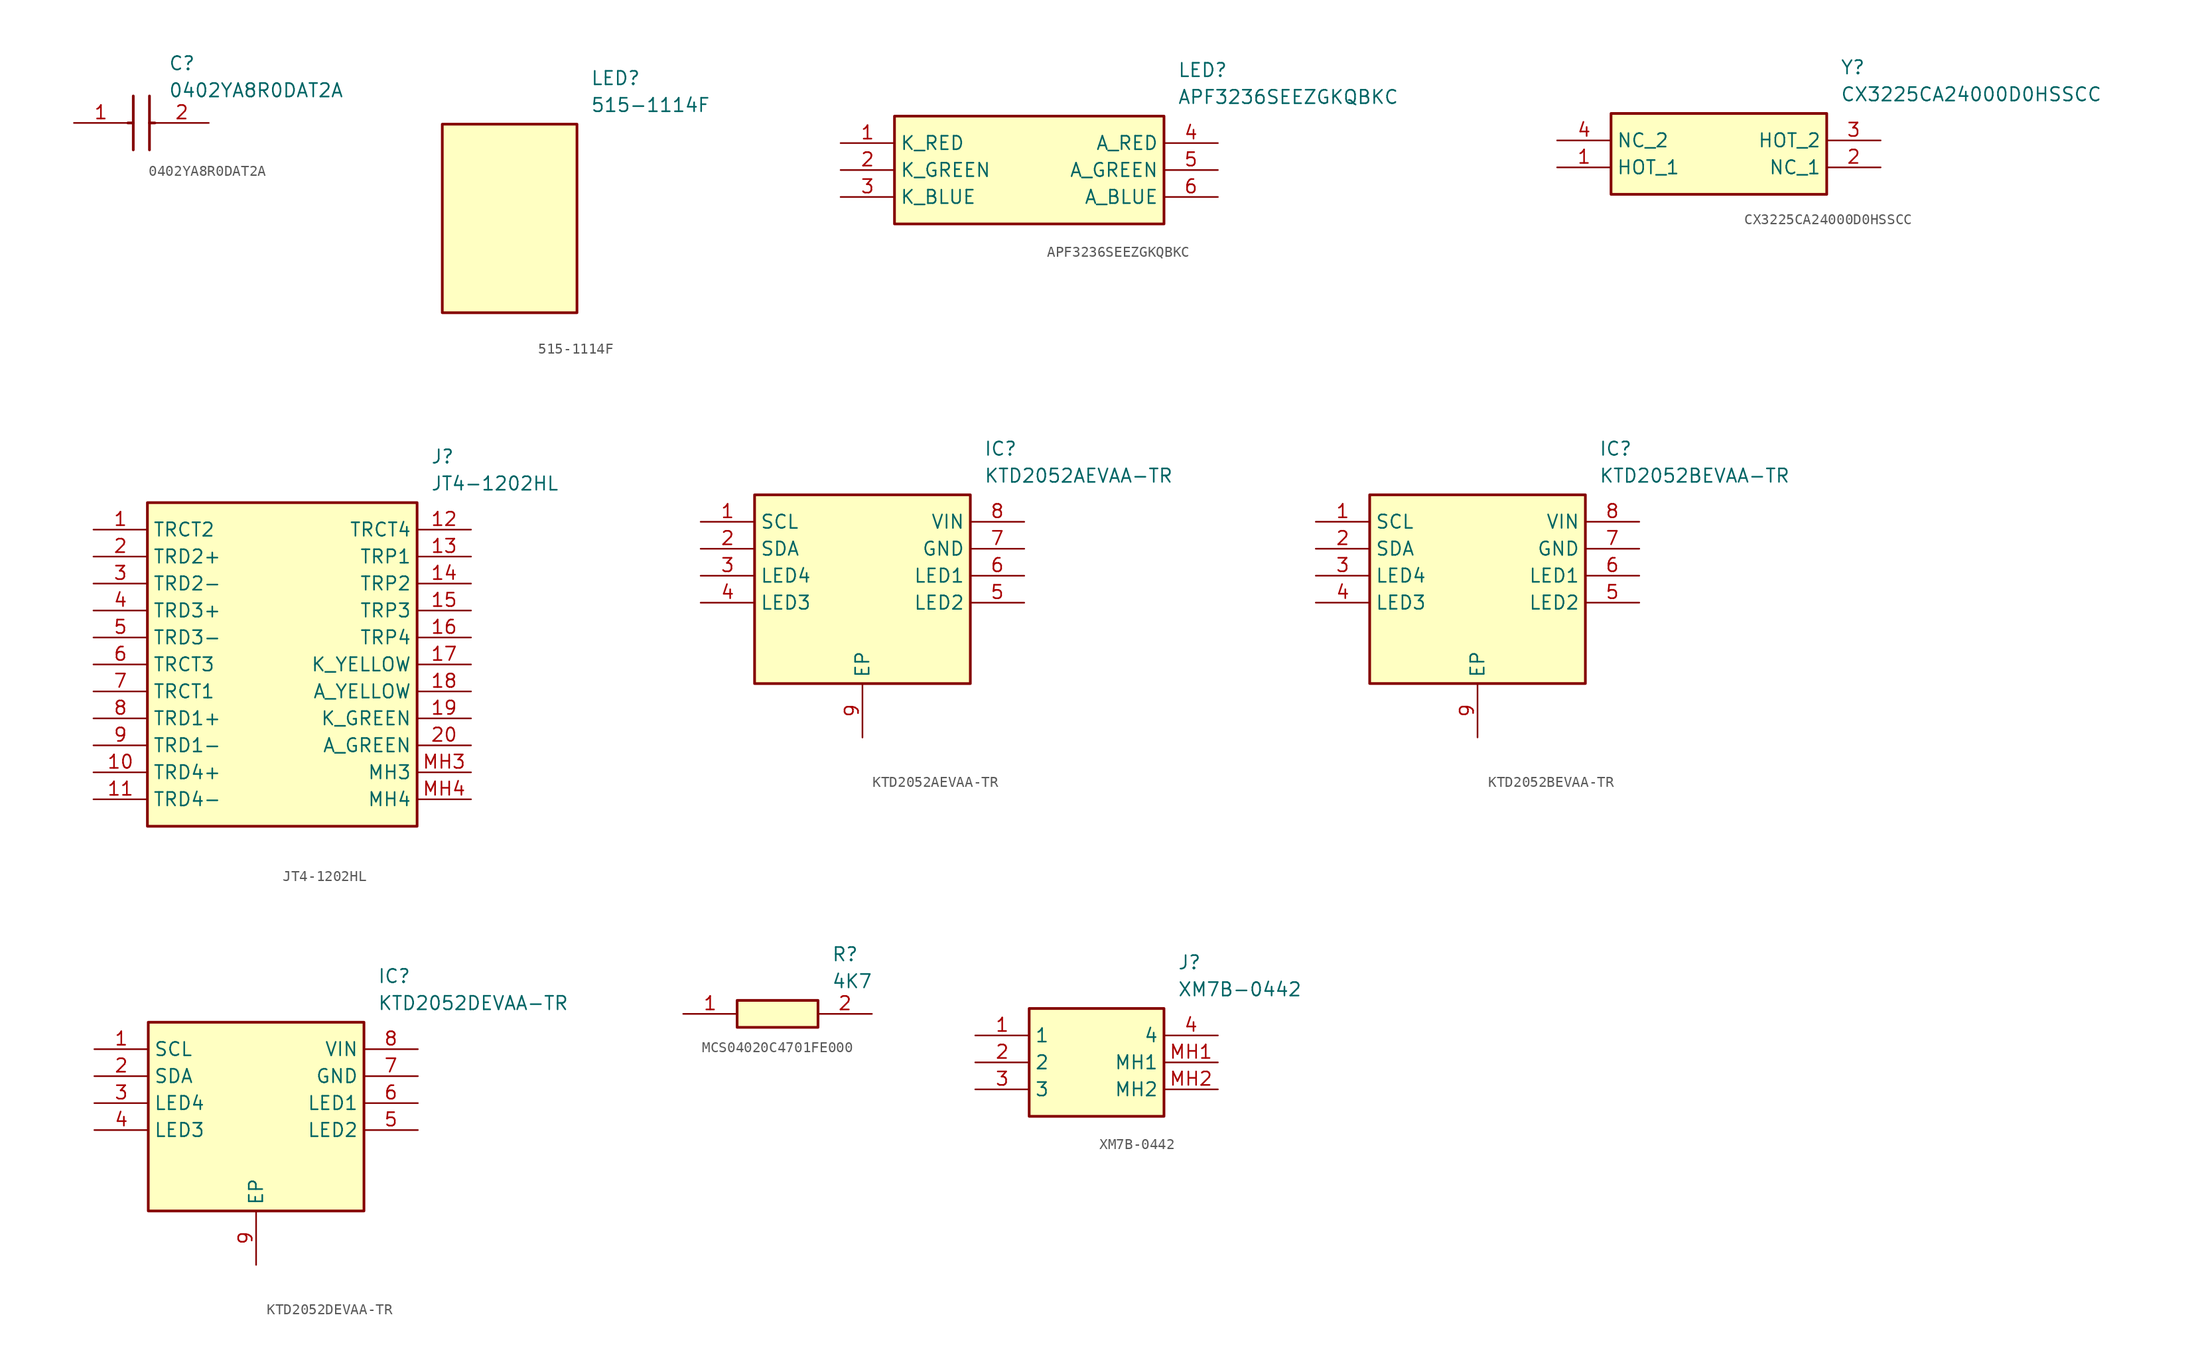
<source format=kicad_sym>
(kicad_symbol_lib
  (version 20220914)
  (generator kicad_symbol_editor)
  (symbol "0402YA8R0DAT2A"
    (pin_names hide)
    (property "Reference" "C"
      (at 8.89 6.35 0)
      (effects (font (size 1.27 1.27)) (justify left top)))
    (property "Value" "0402YA8R0DAT2A"
      (at 8.89 3.81 0)
      (effects (font (size 1.27 1.27)) (justify left top)))
    (symbol "0402YA8R0DAT2A_1_1"
      (polyline (pts (xy 5.08 0) (xy 5.588 0)) (stroke (width 0.254) (type default)) (fill (type none)))
      (polyline (pts (xy 5.588 2.54) (xy 5.588 -2.54)) (stroke (width 0.254) (type default)) (fill (type none)))
      (polyline (pts (xy 7.112 0) (xy 7.62 0)) (stroke (width 0.254) (type default)) (fill (type none)))
      (polyline (pts (xy 7.112 2.54) (xy 7.112 -2.54)) (stroke (width 0.254) (type default)) (fill (type none)))
      (pin passive line (at 0 0 0) (length 5.08) (name "1" (effects (font (size 1.27 1.27)))) (number "1" (effects (font (size 1.27 1.27)))))
      (pin passive line (at 12.7 0 180) (length 5.08) (name "2" (effects (font (size 1.27 1.27)))) (number "2" (effects (font (size 1.27 1.27)))))))
  (symbol "515-1114F"
    (property "Reference" "LED"
      (at 19.05 7.62 0)
      (effects (font (size 1.27 1.27)) (justify left top)))
    (property "Value" "515-1114F"
      (at 19.05 5.08 0)
      (effects (font (size 1.27 1.27)) (justify left top)))
    (symbol "515-1114F_1_1"
      (rectangle (start 5.08 2.54) (end 17.78 -15.24) (stroke (width 0.254) (type default)) (fill (type background)))))
  (symbol "APF3236SEEZGKQBKC"
    (property "Reference" "LED"
      (at 31.75 7.62 0)
      (effects (font (size 1.27 1.27)) (justify left top)))
    (property "Value" "APF3236SEEZGKQBKC"
      (at 31.75 5.08 0)
      (effects (font (size 1.27 1.27)) (justify left top)))
    (symbol "APF3236SEEZGKQBKC_1_1"
      (rectangle (start 5.08 2.54) (end 30.48 -7.62) (stroke (width 0.254) (type default)) (fill (type background)))
      (pin passive line (at 0 0 0) (length 5.08) (name "K_RED" (effects (font (size 1.27 1.27)))) (number "1" (effects (font (size 1.27 1.27)))))
      (pin passive line (at 0 -2.54 0) (length 5.08) (name "K_GREEN" (effects (font (size 1.27 1.27)))) (number "2" (effects (font (size 1.27 1.27)))))
      (pin passive line (at 0 -5.08 0) (length 5.08) (name "K_BLUE" (effects (font (size 1.27 1.27)))) (number "3" (effects (font (size 1.27 1.27)))))
      (pin passive line (at 35.56 0 180) (length 5.08) (name "A_RED" (effects (font (size 1.27 1.27)))) (number "4" (effects (font (size 1.27 1.27)))))
      (pin passive line (at 35.56 -2.54 180) (length 5.08) (name "A_GREEN" (effects (font (size 1.27 1.27)))) (number "5" (effects (font (size 1.27 1.27)))))
      (pin passive line (at 35.56 -5.08 180) (length 5.08) (name "A_BLUE" (effects (font (size 1.27 1.27)))) (number "6" (effects (font (size 1.27 1.27)))))))
  (symbol "CX3225CA24000D0HSSCC"
    (property "Reference" "Y"
      (at 26.67 7.62 0)
      (effects (font (size 1.27 1.27)) (justify left top)))
    (property "Value" "CX3225CA24000D0HSSCC"
      (at 26.67 5.08 0)
      (effects (font (size 1.27 1.27)) (justify left top)))
    (symbol "CX3225CA24000D0HSSCC_1_1"
      (rectangle (start 5.08 2.54) (end 25.4 -5.08) (stroke (width 0.254) (type default)) (fill (type background)))
      (pin passive line (at 0 -2.54 0) (length 5.08) (name "HOT_1" (effects (font (size 1.27 1.27)))) (number "1" (effects (font (size 1.27 1.27)))))
      (pin passive line (at 30.48 -2.54 180) (length 5.08) (name "NC_1" (effects (font (size 1.27 1.27)))) (number "2" (effects (font (size 1.27 1.27)))))
      (pin passive line (at 30.48 0 180) (length 5.08) (name "HOT_2" (effects (font (size 1.27 1.27)))) (number "3" (effects (font (size 1.27 1.27)))))
      (pin passive line (at 0 0 0) (length 5.08) (name "NC_2" (effects (font (size 1.27 1.27)))) (number "4" (effects (font (size 1.27 1.27)))))))
  (symbol "JT4-1202HL"
    (property "Reference" "J"
      (at 31.75 7.62 0)
      (effects (font (size 1.27 1.27)) (justify left top)))
    (property "Value" "JT4-1202HL"
      (at 31.75 5.08 0)
      (effects (font (size 1.27 1.27)) (justify left top)))
    (rectangle
      (start 5.08 2.54)
      (end 30.48 -27.94)
      (stroke (width 0.254) (type default))
      (fill (type background)))
    (pin passive line
      (at 0 0 0)
      (length 5.08)
      (name "TRCT2" (effects (font (size 1.27 1.27))))
      (number "1" (effects (font (size 1.27 1.27)))))
    (pin passive line
      (at 0 -2.54 0)
      (length 5.08)
      (name "TRD2+" (effects (font (size 1.27 1.27))))
      (number "2" (effects (font (size 1.27 1.27)))))
    (pin passive line
      (at 0 -5.08 0)
      (length 5.08)
      (name "TRD2-" (effects (font (size 1.27 1.27))))
      (number "3" (effects (font (size 1.27 1.27)))))
    (pin passive line
      (at 0 -7.62 0)
      (length 5.08)
      (name "TRD3+" (effects (font (size 1.27 1.27))))
      (number "4" (effects (font (size 1.27 1.27)))))
    (pin passive line
      (at 0 -10.16 0)
      (length 5.08)
      (name "TRD3-" (effects (font (size 1.27 1.27))))
      (number "5" (effects (font (size 1.27 1.27)))))
    (pin passive line
      (at 0 -12.7 0)
      (length 5.08)
      (name "TRCT3" (effects (font (size 1.27 1.27))))
      (number "6" (effects (font (size 1.27 1.27)))))
    (pin passive line
      (at 0 -15.24 0)
      (length 5.08)
      (name "TRCT1" (effects (font (size 1.27 1.27))))
      (number "7" (effects (font (size 1.27 1.27)))))
    (pin passive line
      (at 0 -17.78 0)
      (length 5.08)
      (name "TRD1+" (effects (font (size 1.27 1.27))))
      (number "8" (effects (font (size 1.27 1.27)))))
    (pin passive line
      (at 0 -20.32 0)
      (length 5.08)
      (name "TRD1-" (effects (font (size 1.27 1.27))))
      (number "9" (effects (font (size 1.27 1.27)))))
    (pin passive line
      (at 0 -22.86 0)
      (length 5.08)
      (name "TRD4+" (effects (font (size 1.27 1.27))))
      (number "10" (effects (font (size 1.27 1.27)))))
    (pin passive line
      (at 0 -25.4 0)
      (length 5.08)
      (name "TRD4-" (effects (font (size 1.27 1.27))))
      (number "11" (effects (font (size 1.27 1.27)))))
    (pin passive line
      (at 35.56 0 180)
      (length 5.08)
      (name "TRCT4" (effects (font (size 1.27 1.27))))
      (number "12" (effects (font (size 1.27 1.27)))))
    (pin passive line
      (at 35.56 -2.54 180)
      (length 5.08)
      (name "TRP1" (effects (font (size 1.27 1.27))))
      (number "13" (effects (font (size 1.27 1.27)))))
    (pin passive line
      (at 35.56 -5.08 180)
      (length 5.08)
      (name "TRP2" (effects (font (size 1.27 1.27))))
      (number "14" (effects (font (size 1.27 1.27)))))
    (pin passive line
      (at 35.56 -7.62 180)
      (length 5.08)
      (name "TRP3" (effects (font (size 1.27 1.27))))
      (number "15" (effects (font (size 1.27 1.27)))))
    (pin passive line
      (at 35.56 -10.16 180)
      (length 5.08)
      (name "TRP4" (effects (font (size 1.27 1.27))))
      (number "16" (effects (font (size 1.27 1.27)))))
    (pin passive line
      (at 35.56 -12.7 180)
      (length 5.08)
      (name "K_YELLOW" (effects (font (size 1.27 1.27))))
      (number "17" (effects (font (size 1.27 1.27)))))
    (pin passive line
      (at 35.56 -15.24 180)
      (length 5.08)
      (name "A_YELLOW" (effects (font (size 1.27 1.27))))
      (number "18" (effects (font (size 1.27 1.27)))))
    (pin passive line
      (at 35.56 -17.78 180)
      (length 5.08)
      (name "K_GREEN" (effects (font (size 1.27 1.27))))
      (number "19" (effects (font (size 1.27 1.27)))))
    (pin passive line
      (at 35.56 -20.32 180)
      (length 5.08)
      (name "A_GREEN" (effects (font (size 1.27 1.27))))
      (number "20" (effects (font (size 1.27 1.27)))))
    (pin passive line
      (at 35.56 -22.86 180)
      (length 5.08)
      (name "MH3" (effects (font (size 1.27 1.27))))
      (number "MH3" (effects (font (size 1.27 1.27)))))
    (pin passive line
      (at 35.56 -25.4 180)
      (length 5.08)
      (name "MH4" (effects (font (size 1.27 1.27))))
      (number "MH4" (effects (font (size 1.27 1.27))))))
  (symbol "KTD2052AEVAA-TR"
    (property "Reference" "IC"
      (at 26.67 7.62 0)
      (effects (font (size 1.27 1.27)) (justify left top)))
    (property "Value" "KTD2052AEVAA-TR"
      (at 26.67 5.08 0)
      (effects (font (size 1.27 1.27)) (justify left top)))
    (symbol "KTD2052AEVAA-TR_1_1"
      (rectangle (start 5.08 2.54) (end 25.4 -15.24) (stroke (width 0.254) (type default)) (fill (type background)))
      (pin input line (at 0 0 0) (length 5.08) (name "SCL" (effects (font (size 1.27 1.27)))) (number "1" (effects (font (size 1.27 1.27)))))
      (pin bidirectional line (at 0 -2.54 0) (length 5.08) (name "SDA" (effects (font (size 1.27 1.27)))) (number "2" (effects (font (size 1.27 1.27)))))
      (pin output line (at 0 -5.08 0) (length 5.08) (name "LED4" (effects (font (size 1.27 1.27)))) (number "3" (effects (font (size 1.27 1.27)))))
      (pin output line (at 0 -7.62 0) (length 5.08) (name "LED3" (effects (font (size 1.27 1.27)))) (number "4" (effects (font (size 1.27 1.27)))))
      (pin output line (at 30.48 -7.62 180) (length 5.08) (name "LED2" (effects (font (size 1.27 1.27)))) (number "5" (effects (font (size 1.27 1.27)))))
      (pin output line (at 30.48 -5.08 180) (length 5.08) (name "LED1" (effects (font (size 1.27 1.27)))) (number "6" (effects (font (size 1.27 1.27)))))
      (pin passive line (at 30.48 -2.54 180) (length 5.08) (name "GND" (effects (font (size 1.27 1.27)))) (number "7" (effects (font (size 1.27 1.27)))))
      (pin power_in line (at 30.48 0 180) (length 5.08) (name "VIN" (effects (font (size 1.27 1.27)))) (number "8" (effects (font (size 1.27 1.27)))))
      (pin passive line (at 15.24 -20.32 90) (length 5.08) (name "EP" (effects (font (size 1.27 1.27)))) (number "9" (effects (font (size 1.27 1.27)))))))
  (symbol "KTD2052BEVAA-TR"
    (property "Reference" "IC"
      (at 26.67 7.62 0)
      (effects (font (size 1.27 1.27)) (justify left top)))
    (property "Value" "KTD2052BEVAA-TR"
      (at 26.67 5.08 0)
      (effects (font (size 1.27 1.27)) (justify left top)))
    (symbol "KTD2052BEVAA-TR_1_1"
      (rectangle (start 5.08 2.54) (end 25.4 -15.24) (stroke (width 0.254) (type default)) (fill (type background)))
      (pin input line (at 0 0 0) (length 5.08) (name "SCL" (effects (font (size 1.27 1.27)))) (number "1" (effects (font (size 1.27 1.27)))))
      (pin bidirectional line (at 0 -2.54 0) (length 5.08) (name "SDA" (effects (font (size 1.27 1.27)))) (number "2" (effects (font (size 1.27 1.27)))))
      (pin output line (at 0 -5.08 0) (length 5.08) (name "LED4" (effects (font (size 1.27 1.27)))) (number "3" (effects (font (size 1.27 1.27)))))
      (pin output line (at 0 -7.62 0) (length 5.08) (name "LED3" (effects (font (size 1.27 1.27)))) (number "4" (effects (font (size 1.27 1.27)))))
      (pin output line (at 30.48 -7.62 180) (length 5.08) (name "LED2" (effects (font (size 1.27 1.27)))) (number "5" (effects (font (size 1.27 1.27)))))
      (pin output line (at 30.48 -5.08 180) (length 5.08) (name "LED1" (effects (font (size 1.27 1.27)))) (number "6" (effects (font (size 1.27 1.27)))))
      (pin passive line (at 30.48 -2.54 180) (length 5.08) (name "GND" (effects (font (size 1.27 1.27)))) (number "7" (effects (font (size 1.27 1.27)))))
      (pin power_in line (at 30.48 0 180) (length 5.08) (name "VIN" (effects (font (size 1.27 1.27)))) (number "8" (effects (font (size 1.27 1.27)))))
      (pin passive line (at 15.24 -20.32 90) (length 5.08) (name "EP" (effects (font (size 1.27 1.27)))) (number "9" (effects (font (size 1.27 1.27)))))))
  (symbol "KTD2052DEVAA-TR"
    (property "Reference" "IC"
      (at 26.67 7.62 0)
      (effects (font (size 1.27 1.27)) (justify left top)))
    (property "Value" "KTD2052DEVAA-TR\n"
      (at 26.67 5.08 0)
      (effects (font (size 1.27 1.27)) (justify left top)))
    (symbol "KTD2052DEVAA-TR_1_1"
      (rectangle (start 5.08 2.54) (end 25.4 -15.24) (stroke (width 0.254) (type default)) (fill (type background)))
      (pin input line (at 0 0 0) (length 5.08) (name "SCL" (effects (font (size 1.27 1.27)))) (number "1" (effects (font (size 1.27 1.27)))))
      (pin bidirectional line (at 0 -2.54 0) (length 5.08) (name "SDA" (effects (font (size 1.27 1.27)))) (number "2" (effects (font (size 1.27 1.27)))))
      (pin output line (at 0 -5.08 0) (length 5.08) (name "LED4" (effects (font (size 1.27 1.27)))) (number "3" (effects (font (size 1.27 1.27)))))
      (pin output line (at 0 -7.62 0) (length 5.08) (name "LED3" (effects (font (size 1.27 1.27)))) (number "4" (effects (font (size 1.27 1.27)))))
      (pin output line (at 30.48 -7.62 180) (length 5.08) (name "LED2" (effects (font (size 1.27 1.27)))) (number "5" (effects (font (size 1.27 1.27)))))
      (pin output line (at 30.48 -5.08 180) (length 5.08) (name "LED1" (effects (font (size 1.27 1.27)))) (number "6" (effects (font (size 1.27 1.27)))))
      (pin passive line (at 30.48 -2.54 180) (length 5.08) (name "GND" (effects (font (size 1.27 1.27)))) (number "7" (effects (font (size 1.27 1.27)))))
      (pin power_in line (at 30.48 0 180) (length 5.08) (name "VIN" (effects (font (size 1.27 1.27)))) (number "8" (effects (font (size 1.27 1.27)))))
      (pin passive line (at 15.24 -20.32 90) (length 5.08) (name "EP" (effects (font (size 1.27 1.27)))) (number "9" (effects (font (size 1.27 1.27)))))))
  (symbol "MCS04020C4701FE000"
    (pin_names hide)
    (property "Reference" "R"
      (at 13.97 6.35 0)
      (effects (font (size 1.27 1.27)) (justify left top)))
    (property "Value" "4K7"
      (at 13.97 3.81 0)
      (effects (font (size 1.27 1.27)) (justify left top)))
    (symbol "MCS04020C4701FE000_1_1"
      (rectangle (start 5.08 1.27) (end 12.7 -1.27) (stroke (width 0.254) (type default)) (fill (type background)))
      (pin passive line (at 0 0 0) (length 5.08) (name "1" (effects (font (size 1.27 1.27)))) (number "1" (effects (font (size 1.27 1.27)))))
      (pin passive line (at 17.78 0 180) (length 5.08) (name "2" (effects (font (size 1.27 1.27)))) (number "2" (effects (font (size 1.27 1.27)))))))
  (symbol "XM7B-0442"
    (property "Reference" "J"
      (at 19.05 7.62 0)
      (effects (font (size 1.27 1.27)) (justify left top)))
    (property "Value" "XM7B-0442"
      (at 19.05 5.08 0)
      (effects (font (size 1.27 1.27)) (justify left top)))
    (rectangle
      (start 5.08 2.54)
      (end 17.78 -7.62)
      (stroke (width 0.254) (type default))
      (fill (type background)))
    (pin passive line
      (at 0 0 0)
      (length 5.08)
      (name "1" (effects (font (size 1.27 1.27))))
      (number "1" (effects (font (size 1.27 1.27)))))
    (pin passive line
      (at 0 -2.54 0)
      (length 5.08)
      (name "2" (effects (font (size 1.27 1.27))))
      (number "2" (effects (font (size 1.27 1.27)))))
    (pin passive line
      (at 0 -5.08 0)
      (length 5.08)
      (name "3" (effects (font (size 1.27 1.27))))
      (number "3" (effects (font (size 1.27 1.27)))))
    (pin passive line
      (at 22.86 0 180)
      (length 5.08)
      (name "4" (effects (font (size 1.27 1.27))))
      (number "4" (effects (font (size 1.27 1.27)))))
    (pin passive line
      (at 22.86 -2.54 180)
      (length 5.08)
      (name "MH1" (effects (font (size 1.27 1.27))))
      (number "MH1" (effects (font (size 1.27 1.27)))))
    (pin passive line
      (at 22.86 -5.08 180)
      (length 5.08)
      (name "MH2" (effects (font (size 1.27 1.27))))
      (number "MH2" (effects (font (size 1.27 1.27)))))))
</source>
